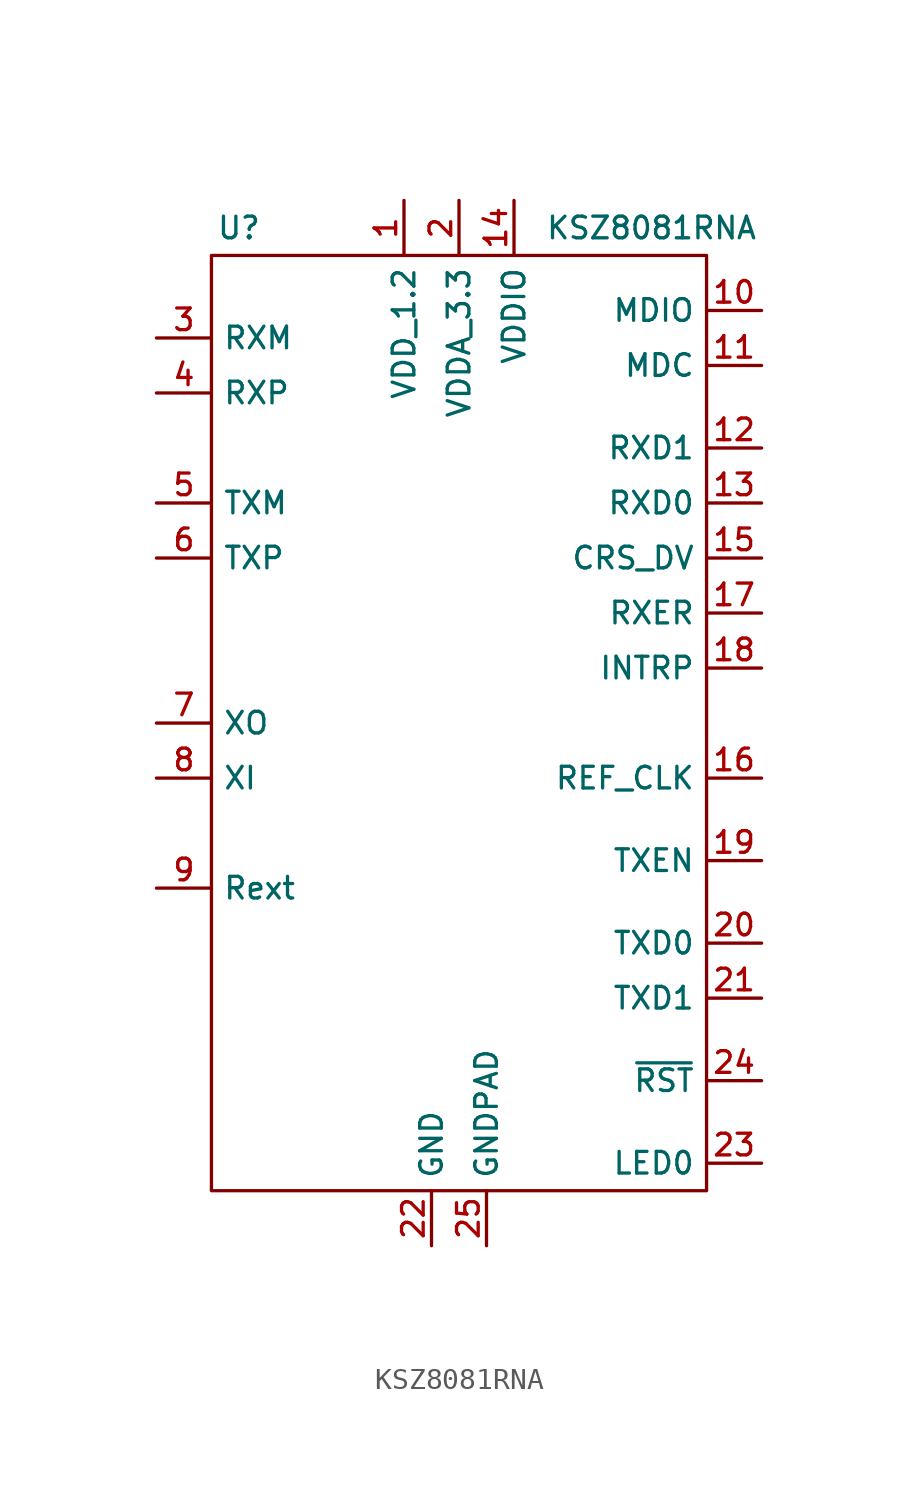
<source format=kicad_sym>
(kicad_symbol_lib
  (version 20220914)
  (generator kicad_symbol_editor)
  (symbol "KSZ8081RNA"
    (property "Reference" "U"
      (at -10.16 10.16 0)
      (effects (font (size 1 1))))
    (property "Value" "KSZ8081RNA"
      (at 8.89 10.16 0)
      (effects (font (size 1 1))))
    (symbol "KSZ8081RNA_0_1"
      (rectangle (start -11.43 8.89) (end 11.43 -34.29) (stroke (width 0) (type default)) (fill (type none))))
    (symbol "KSZ8081RNA_1_1"
      (pin power_out line (at -2.54 11.43 270) (length 2.54) (name "VDD_1.2" (effects (font (size 1 1)))) (number "1" (effects (font (size 1 1)))))
      (pin bidirectional line (at 13.97 6.35 180) (length 2.54) (name "MDIO" (effects (font (size 1 1)))) (number "10" (effects (font (size 1 1)))))
      (pin input line (at 13.97 3.81 180) (length 2.54) (name "MDC" (effects (font (size 1 1)))) (number "11" (effects (font (size 1 1)))))
      (pin output line (at 13.97 0 180) (length 2.54) (name "RXD1" (effects (font (size 1 1)))) (number "12" (effects (font (size 1 1)))))
      (pin output line (at 13.97 -2.54 180) (length 2.54) (name "RXD0" (effects (font (size 1 1)))) (number "13" (effects (font (size 1 1)))))
      (pin power_in line (at 2.54 11.43 270) (length 2.54) (name "VDDIO" (effects (font (size 1 1)))) (number "14" (effects (font (size 1 1)))))
      (pin output line (at 13.97 -5.08 180) (length 2.54) (name "CRS_DV" (effects (font (size 1 1)))) (number "15" (effects (font (size 1 1)))) (alternate "PHYAD[1:0]" input line))
      (pin output line (at 13.97 -15.24 180) (length 2.54) (name "REF_CLK" (effects (font (size 1 1)))) (number "16" (effects (font (size 1 1)))))
      (pin output line (at 13.97 -7.62 180) (length 2.54) (name "RXER" (effects (font (size 1 1)))) (number "17" (effects (font (size 1 1)))))
      (pin output line (at 13.97 -10.16 180) (length 2.54) (name "INTRP" (effects (font (size 1 1)))) (number "18" (effects (font (size 1 1)))))
      (pin input line (at 13.97 -19.05 180) (length 2.54) (name "TXEN" (effects (font (size 1 1)))) (number "19" (effects (font (size 1 1)))))
      (pin power_in line (at 0 11.43 270) (length 2.54) (name "VDDA_3.3" (effects (font (size 1 1)))) (number "2" (effects (font (size 1 1)))))
      (pin input line (at 13.97 -22.86 180) (length 2.54) (name "TXD0" (effects (font (size 1 1)))) (number "20" (effects (font (size 1 1)))))
      (pin bidirectional line (at 13.97 -25.4 180) (length 2.54) (name "TXD1" (effects (font (size 1 1)))) (number "21" (effects (font (size 1 1)))) (alternate "NAND_Tree_Mode" bidirectional line))
      (pin power_in line (at -1.27 -36.83 90) (length 2.54) (name "GND" (effects (font (size 1 1)))) (number "22" (effects (font (size 1 1)))))
      (pin output line (at 13.97 -33.02 180) (length 2.54) (name "LED0" (effects (font (size 1 1)))) (number "23" (effects (font (size 1 1)))) (alternate "ANEN_SPEED" input line))
      (pin input line (at 13.97 -29.21 180) (length 2.54) (name "~{RST}" (effects (font (size 1 1)))) (number "24" (effects (font (size 1 1)))))
      (pin power_in line (at 1.27 -36.83 90) (length 2.54) (name "GNDPAD" (effects (font (size 1 1)))) (number "25" (effects (font (size 1 1)))))
      (pin bidirectional line (at -13.97 5.08 0) (length 2.54) (name "RXM" (effects (font (size 1 1)))) (number "3" (effects (font (size 1 1)))))
      (pin bidirectional line (at -13.97 2.54 0) (length 2.54) (name "RXP" (effects (font (size 1 1)))) (number "4" (effects (font (size 1 1)))))
      (pin bidirectional line (at -13.97 -2.54 0) (length 2.54) (name "TXM" (effects (font (size 1 1)))) (number "5" (effects (font (size 1 1)))))
      (pin bidirectional line (at -13.97 -5.08 0) (length 2.54) (name "TXP" (effects (font (size 1 1)))) (number "6" (effects (font (size 1 1)))))
      (pin output line (at -13.97 -12.7 0) (length 2.54) (name "XO" (effects (font (size 1 1)))) (number "7" (effects (font (size 1 1)))))
      (pin input line (at -13.97 -15.24 0) (length 2.54) (name "XI" (effects (font (size 1 1)))) (number "8" (effects (font (size 1 1)))))
      (pin input line (at -13.97 -20.32 0) (length 2.54) (name "Rext" (effects (font (size 1 1)))) (number "9" (effects (font (size 1 1))))))))
</source>
